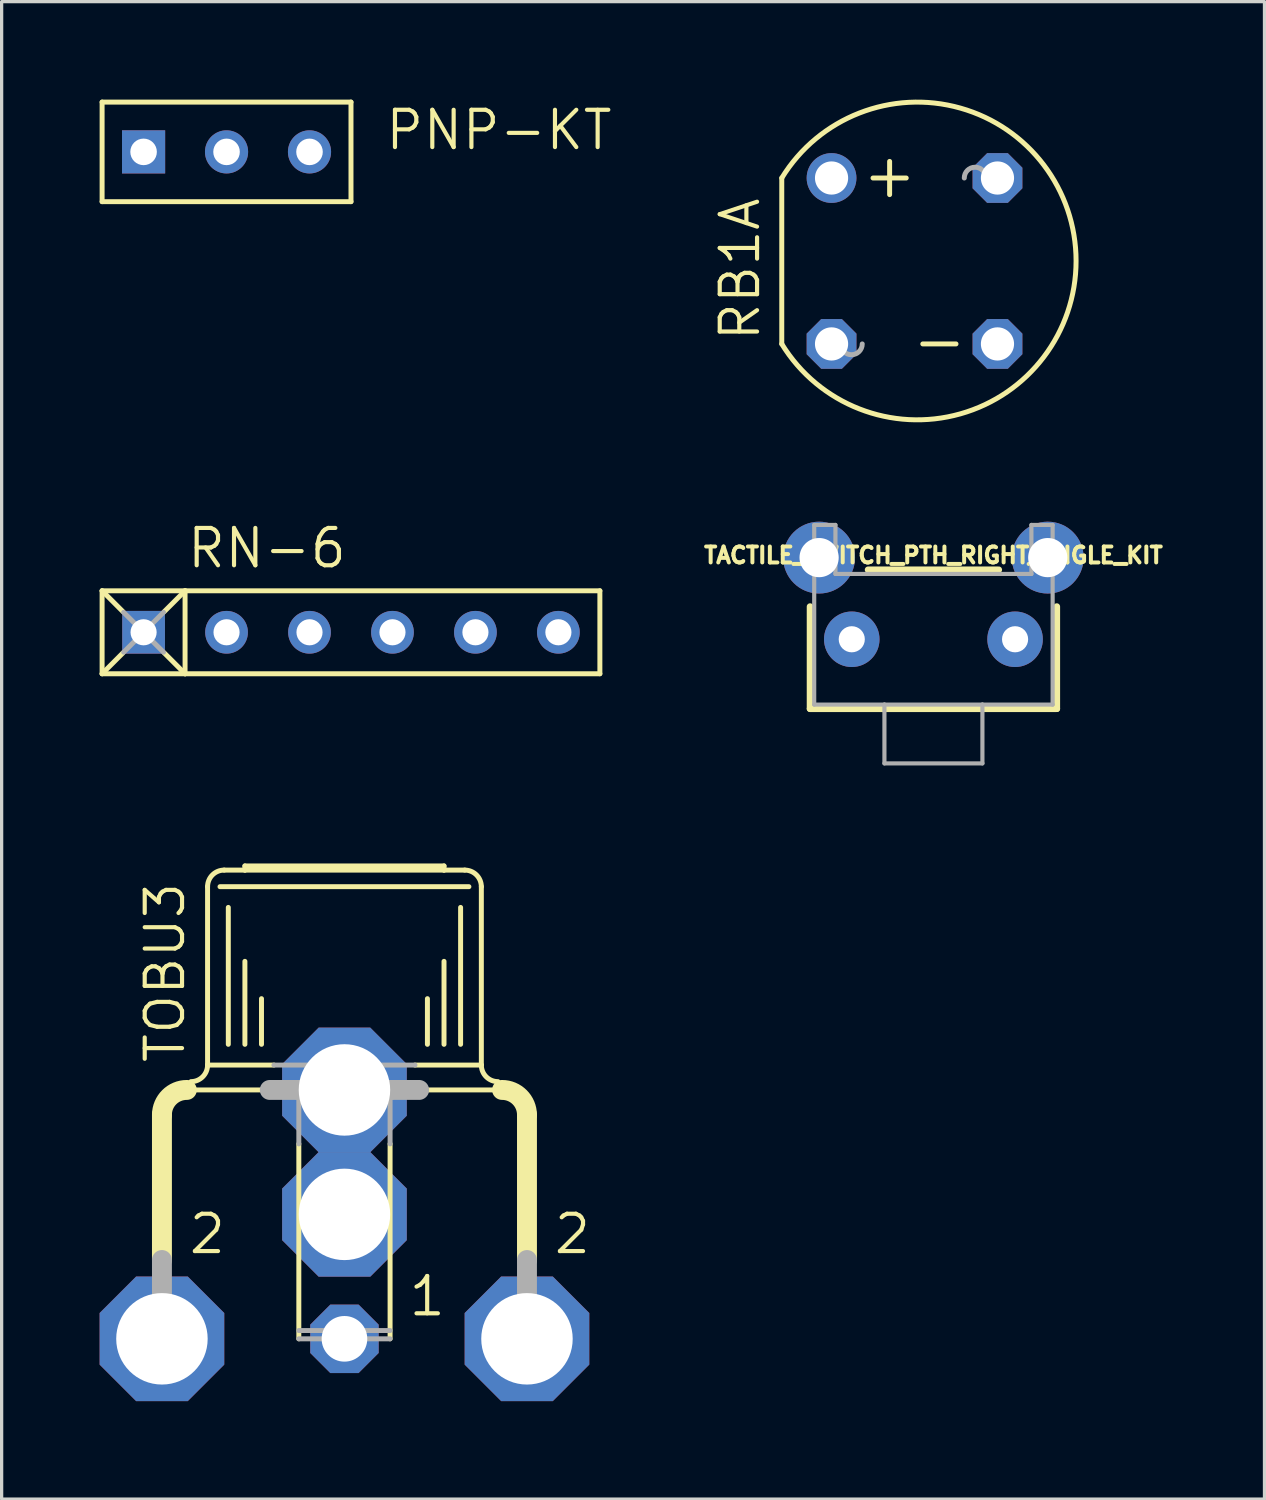
<source format=kicad_pcb>
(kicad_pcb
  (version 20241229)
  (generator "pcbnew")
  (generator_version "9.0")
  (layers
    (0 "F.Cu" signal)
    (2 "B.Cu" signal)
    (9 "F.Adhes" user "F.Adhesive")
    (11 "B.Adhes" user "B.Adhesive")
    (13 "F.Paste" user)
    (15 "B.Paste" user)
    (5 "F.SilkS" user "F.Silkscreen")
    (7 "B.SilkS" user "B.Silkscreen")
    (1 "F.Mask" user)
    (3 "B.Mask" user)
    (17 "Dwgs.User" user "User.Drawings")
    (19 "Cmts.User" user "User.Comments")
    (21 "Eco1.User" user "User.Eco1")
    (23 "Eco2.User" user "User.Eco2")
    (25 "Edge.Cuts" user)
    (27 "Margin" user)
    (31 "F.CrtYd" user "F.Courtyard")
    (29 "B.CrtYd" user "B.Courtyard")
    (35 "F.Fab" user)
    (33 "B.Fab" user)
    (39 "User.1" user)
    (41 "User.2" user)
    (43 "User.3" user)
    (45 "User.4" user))
  (footprint "TOBU3"
    (layer "F.Cu")
    (at 7.496 35.4)
    (property "Reference" "TOBU3" (at -4.826 -5.842 90) (layer "F.SilkS") (effects (font (size 1.143 1.143) (thickness 0.127)) (justify left bottom)))
    (fp_line (start -5.588 0.127) (end -5.588 -4.318) (stroke (width 0.61) (type solid)) (layer "F.SilkS"))
    (fp_line (start -4.826 -5.08) (end -2.286 -5.08) (stroke (width 0.152) (type solid)) (layer "F.SilkS"))
    (fp_line (start -4.191 -5.842) (end -4.191 -11.303) (stroke (width 0.152) (type solid)) (layer "F.SilkS"))
    (fp_line (start -3.81 -11.303) (end 3.81 -11.303) (stroke (width 0.152) (type solid)) (layer "F.SilkS"))
    (fp_line (start -3.683 -11.811) (end -3.048 -11.811) (stroke (width 0.152) (type solid)) (layer "F.SilkS"))
    (fp_line (start -3.556 -6.477) (end -3.556 -10.668) (stroke (width 0.152) (type solid)) (layer "F.SilkS"))
    (fp_line (start -3.048 -11.938) (end 3.048 -11.938) (stroke (width 0.152) (type solid)) (layer "F.SilkS"))
    (fp_line (start -3.048 -11.811) (end -3.048 -11.938) (stroke (width 0.152) (type solid)) (layer "F.SilkS"))
    (fp_line (start -3.048 -11.811) (end 3.048 -11.811) (stroke (width 0.152) (type solid)) (layer "F.SilkS"))
    (fp_line (start -3.048 -6.477) (end -3.048 -9.017) (stroke (width 0.152) (type solid)) (layer "F.SilkS"))
    (fp_line (start -2.54 -6.477) (end -2.54 -7.874) (stroke (width 0.152) (type solid)) (layer "F.SilkS"))
    (fp_line (start -2.159 -5.842) (end -4.191 -5.842) (stroke (width 0.152) (type solid)) (layer "F.SilkS"))
    (fp_line (start -1.397 2.54) (end -1.397 -3.429) (stroke (width 0.152) (type solid)) (layer "F.SilkS"))
    (fp_line (start 1.397 2.54) (end 1.397 -3.429) (stroke (width 0.152) (type solid)) (layer "F.SilkS"))
    (fp_line (start 2.286 -5.08) (end 4.826 -5.08) (stroke (width 0.152) (type solid)) (layer "F.SilkS"))
    (fp_line (start 2.54 -6.477) (end 2.54 -7.874) (stroke (width 0.152) (type solid)) (layer "F.SilkS"))
    (fp_line (start 3.048 -11.938) (end 3.048 -11.811) (stroke (width 0.152) (type solid)) (layer "F.SilkS"))
    (fp_line (start 3.048 -11.811) (end 3.683 -11.811) (stroke (width 0.152) (type solid)) (layer "F.SilkS"))
    (fp_line (start 3.048 -6.477) (end 3.048 -9.017) (stroke (width 0.152) (type solid)) (layer "F.SilkS"))
    (fp_line (start 3.556 -6.477) (end 3.556 -10.668) (stroke (width 0.152) (type solid)) (layer "F.SilkS"))
    (fp_line (start 4.191 -11.303) (end 4.191 -5.842) (stroke (width 0.152) (type solid)) (layer "F.SilkS"))
    (fp_line (start 4.191 -5.842) (end 2.159 -5.842) (stroke (width 0.152) (type solid)) (layer "F.SilkS"))
    (fp_line (start 5.588 -4.318) (end 5.588 0.127) (stroke (width 0.61) (type solid)) (layer "F.SilkS"))
    (fp_arc (start -5.588 -4.318) (mid -5.364815 -4.856815) (end -4.826 -5.08) (stroke (width 0.6096) (type solid)) (layer "F.SilkS"))
    (fp_arc (start -4.191 -11.303) (mid -4.04221 -11.66221) (end -3.683 -11.811) (stroke (width 0.1524) (type solid)) (layer "F.SilkS"))
    (fp_arc (start -4.191 -5.842) (mid -4.33979 -5.48279) (end -4.699 -5.334) (stroke (width 0.1524) (type solid)) (layer "F.SilkS"))
    (fp_arc (start 3.683 -11.811) (mid 4.04221 -11.66221) (end 4.191 -11.303) (stroke (width 0.1524) (type solid)) (layer "F.SilkS"))
    (fp_arc (start 4.699 -5.334) (mid 4.33979 -5.48279) (end 4.191 -5.842) (stroke (width 0.1524) (type solid)) (layer "F.SilkS"))
    (fp_arc (start 4.826 -5.08) (mid 5.364815 -4.856815) (end 5.588 -4.318) (stroke (width 0.6096) (type solid)) (layer "F.SilkS"))
    (fp_line (start -5.588 0.127) (end -5.588 3.302) (stroke (width 0.61) (type solid)) (layer "F.Fab"))
    (fp_line (start -1.397 -5.08) (end -2.286 -5.08) (stroke (width 0.61) (type solid)) (layer "F.Fab"))
    (fp_line (start -1.397 -5.08) (end 1.397 -5.08) (stroke (width 0.61) (type solid)) (layer "F.Fab"))
    (fp_line (start -1.397 -3.429) (end -1.397 -5.08) (stroke (width 0.152) (type solid)) (layer "F.Fab"))
    (fp_line (start 1.397 -5.08) (end 2.286 -5.08) (stroke (width 0.61) (type solid)) (layer "F.Fab"))
    (fp_line (start 1.397 -3.429) (end 1.397 -5.08) (stroke (width 0.152) (type solid)) (layer "F.Fab"))
    (fp_line (start 1.397 2.286) (end -1.397 2.286) (stroke (width 0.152) (type solid)) (layer "F.Fab"))
    (fp_line (start 1.397 2.54) (end -1.397 2.54) (stroke (width 0.152) (type solid)) (layer "F.Fab"))
    (fp_line (start 2.159 -5.842) (end -2.159 -5.842) (stroke (width 0.152) (type solid)) (layer "F.Fab"))
    (fp_line (start 5.588 0.127) (end 5.588 3.302) (stroke (width 0.61) (type solid)) (layer "F.Fab"))
    (fp_text user "2" (at 6.35 0 0) (layer "F.SilkS") (effects (font (size 1.143 1.143) (thickness 0.127)) (justify left bottom)))
    (fp_text user "1" (at 1.905 1.905 0) (layer "F.SilkS") (effects (font (size 1.143 1.143) (thickness 0.127)) (justify left bottom)))
    (fp_text user "2 " (at -4.826 0 0) (layer "F.SilkS") (effects (font (size 1.143 1.143) (thickness 0.127)) (justify left bottom)))
    (pad "1" thru_hole roundrect (at 0 2.54) (size 2.095 2.095) (drill 1.397) (layers "*.Cu" "*.Mask") (roundrect_rratio 0.25) (chamfer_ratio 0.293) (chamfer top_left top_right bottom_left bottom_right))
    (pad "2" thru_hole roundrect (at 5.588 2.54) (size 3.816 3.816) (drill 2.8) (layers "*.Cu" "*.Mask") (roundrect_rratio 0.25) (chamfer_ratio 0.293) (chamfer top_left top_right bottom_left bottom_right))
    (pad "2@1" thru_hole roundrect (at -5.588 2.54) (size 3.816 3.816) (drill 2.8) (layers "*.Cu" "*.Mask") (roundrect_rratio 0.25) (chamfer_ratio 0.293) (chamfer top_left top_right bottom_left bottom_right))
    (pad "2@2" thru_hole roundrect (at 0 -5.08) (size 3.816 3.816) (drill 2.8) (layers "*.Cu" "*.Mask") (roundrect_rratio 0.25) (chamfer_ratio 0.293) (chamfer top_left top_right bottom_left bottom_right))
    (pad "2@3" thru_hole roundrect (at 0 -1.27) (size 3.816 3.816) (drill 2.8) (layers "*.Cu" "*.Mask") (roundrect_rratio 0.25) (chamfer_ratio 0.293) (chamfer top_left top_right bottom_left bottom_right)))
  (footprint "RB1A"
    (layer "F.Cu")
    (at 24.949 4.94)
    (property "Reference" "RB1A" (at -4.674 2.515 90) (layer "F.SilkS") (effects (font (size 1.143 1.143) (thickness 0.127)) (justify left bottom)))
    (fp_line (start -4.064 2.54) (end -4.064 -2.54) (stroke (width 0.152) (type solid)) (layer "F.SilkS"))
    (fp_line (start -1.27 -2.54) (end -0.254 -2.54) (stroke (width 0.152) (type solid)) (layer "F.SilkS"))
    (fp_line (start -0.762 -2.032) (end -0.762 -3.048) (stroke (width 0.152) (type solid)) (layer "F.SilkS"))
    (fp_line (start 0.254 2.54) (end 1.27 2.54) (stroke (width 0.152) (type solid)) (layer "F.SilkS"))
    (fp_arc (start -4.064 -2.54) (mid 4.946601 0) (end -4.064 2.54) (stroke (width 0.1524) (type solid)) (layer "F.SilkS"))
    (fp_arc (start -2.921 2.54) (mid -2.5908 2.2098) (end -2.2606 2.54) (stroke (width 0.1524) (type solid)) (layer "F.Fab"))
    (fp_arc (start -1.6002 2.54) (mid -1.9304 2.8702) (end -2.2606 2.54) (stroke (width 0.1524) (type solid)) (layer "F.Fab"))
    (fp_arc (start 1.524 -2.54) (mid 1.8542 -2.8702) (end 2.1844 -2.54) (stroke (width 0.1524) (type solid)) (layer "F.Fab"))
    (fp_arc (start 2.8448 -2.54) (mid 2.5146 -2.2098) (end 2.1844 -2.54) (stroke (width 0.1524) (type solid)) (layer "F.Fab"))
    (pad "+" thru_hole circle (at -2.54 -2.54) (size 1.524 1.524) (drill 1.016) (layers "*.Cu" "*.Mask"))
    (pad "-" thru_hole roundrect (at 2.54 2.54) (size 1.524 1.524) (drill 1.016) (layers "*.Cu" "*.Mask") (roundrect_rratio 0.25) (chamfer_ratio 0.293) (chamfer top_left top_right bottom_left bottom_right))
    (pad "AC1" thru_hole roundrect (at 2.54 -2.54) (size 1.524 1.524) (drill 1.016) (layers "*.Cu" "*.Mask") (roundrect_rratio 0.25) (chamfer_ratio 0.293) (chamfer top_left top_right bottom_left bottom_right))
    (pad "AC2" thru_hole roundrect (at -2.54 2.54) (size 1.524 1.524) (drill 1.016) (layers "*.Cu" "*.Mask") (roundrect_rratio 0.25) (chamfer_ratio 0.293) (chamfer top_left top_right bottom_left bottom_right))
    (zone (net_name "") (layers "F.Cu" "B.Cu") (hatch edge 0.5) (connect_pads) (min_thickness 0.25) (filled_areas_thickness no) (keepout (tracks allowed) (vias not_allowed) (pads allowed) (copperpour allowed) (footprints allowed)) (placement (enabled no)) (fill) (polygon (pts (xy 20.504 9.385) (xy 29.394 9.385) (xy 29.394 0.495) (xy 20.504 0.495)))))
  (footprint "RN-6"
    (layer "F.Cu")
    (at 7.696 16.308)
    (property "Reference" "RN-6" (at -5.08 -1.905 0) (layer "F.SilkS") (effects (font (size 1.143 1.143) (thickness 0.127)) (justify left bottom)))
    (fp_line (start -7.62 -1.27) (end -7.62 1.27) (stroke (width 0.152) (type solid)) (layer "F.SilkS"))
    (fp_line (start -7.62 -1.27) (end -6.985 -0.635) (stroke (width 0.152) (type solid)) (layer "F.SilkS"))
    (fp_line (start -7.62 1.27) (end -6.985 0.635) (stroke (width 0.152) (type solid)) (layer "F.SilkS"))
    (fp_line (start -7.62 1.27) (end -5.08 1.27) (stroke (width 0.152) (type solid)) (layer "F.SilkS"))
    (fp_line (start -5.08 -1.27) (end -7.62 -1.27) (stroke (width 0.152) (type solid)) (layer "F.SilkS"))
    (fp_line (start -5.08 -1.27) (end -5.715 -0.635) (stroke (width 0.152) (type solid)) (layer "F.SilkS"))
    (fp_line (start -5.08 -1.27) (end -5.08 1.27) (stroke (width 0.152) (type solid)) (layer "F.SilkS"))
    (fp_line (start -5.08 1.27) (end -5.715 0.635) (stroke (width 0.152) (type solid)) (layer "F.SilkS"))
    (fp_line (start -5.08 1.27) (end 7.62 1.27) (stroke (width 0.152) (type solid)) (layer "F.SilkS"))
    (fp_line (start 7.62 -1.27) (end -5.08 -1.27) (stroke (width 0.152) (type solid)) (layer "F.SilkS"))
    (fp_line (start 7.62 1.27) (end 7.62 -1.27) (stroke (width 0.152) (type solid)) (layer "F.SilkS"))
    (fp_line (start -6.96 -0.61) (end -5.74 0.61) (stroke (width 0.152) (type solid)) (layer "F.Fab"))
    (fp_line (start -6.96 0.61) (end -5.74 -0.61) (stroke (width 0.152) (type solid)) (layer "F.Fab"))
    (pad "1" thru_hole rect (at -6.35 0 90) (size 1.308 1.308) (drill 0.8) (layers "*.Cu" "*.Mask"))
    (pad "2" thru_hole circle (at -3.81 0 90) (size 1.308 1.308) (drill 0.8) (layers "*.Cu" "*.Mask"))
    (pad "3" thru_hole circle (at -1.27 0 90) (size 1.308 1.308) (drill 0.8) (layers "*.Cu" "*.Mask"))
    (pad "4" thru_hole circle (at 1.27 0 90) (size 1.308 1.308) (drill 0.8) (layers "*.Cu" "*.Mask"))
    (pad "5" thru_hole circle (at 3.81 0 90) (size 1.308 1.308) (drill 0.8) (layers "*.Cu" "*.Mask"))
    (pad "6" thru_hole circle (at 6.35 0 90) (size 1.308 1.308) (drill 0.8) (layers "*.Cu" "*.Mask")))
  (footprint "TACTILE_SWITCH_PTH_RIGHT_ANGLE_KIT"
    (layer "F.Cu")
    (at 25.528 16.522)
    (property "Reference" "TACTILE_SWITCH_PTH_RIGHT_ANGLE_KIT" (at 0 -2.286 0) (layer "F.SilkS") (effects (font (size 0.488 0.488) (thickness 0.122)) (justify bottom)))
    (fp_circle (center -3.5 -2.5) (end -3.183 -2.5) (stroke (width 0.635) (type solid)) (fill yes) (layer "F.Mask"))
    (fp_circle (center -2.5 0) (end -2.278 0) (stroke (width 0.445) (type solid)) (fill yes) (layer "F.Mask"))
    (fp_circle (center 2.5 0) (end 2.722 0) (stroke (width 0.445) (type solid)) (fill yes) (layer "F.Mask"))
    (fp_circle (center 3.5 -2.5) (end 3.817 -2.5) (stroke (width 0.635) (type solid)) (fill yes) (layer "F.Mask"))
    (fp_circle (center -3.5 -2.5) (end -2.929 -2.5) (stroke (width 1.143) (type solid)) (fill yes) (layer "B.Mask"))
    (fp_circle (center -2.5 0) (end -2.055 0) (stroke (width 0.889) (type solid)) (fill yes) (layer "B.Mask"))
    (fp_circle (center 2.5 0) (end 2.945 0) (stroke (width 0.889) (type solid)) (fill yes) (layer "B.Mask"))
    (fp_circle (center 3.5 -2.5) (end 4.072 -2.5) (stroke (width 1.143) (type solid)) (fill yes) (layer "B.Mask"))
    (fp_line (start -3.777 -1) (end -3.777 2.127) (stroke (width 0.203) (type solid)) (layer "F.SilkS"))
    (fp_line (start -3.777 2.127) (end 3.777 2.127) (stroke (width 0.203) (type solid)) (layer "F.SilkS"))
    (fp_line (start 2 -2.127) (end -2 -2.127) (stroke (width 0.203) (type solid)) (layer "F.SilkS"))
    (fp_line (start 3.777 2.127) (end 3.777 -1) (stroke (width 0.203) (type solid)) (layer "F.SilkS"))
    (fp_line (start -3.65 -3.5) (end -3 -3.5) (stroke (width 0.127) (type solid)) (layer "F.Fab"))
    (fp_line (start -3.65 2) (end -3.65 -3.5) (stroke (width 0.127) (type solid)) (layer "F.Fab"))
    (fp_line (start -3.65 2) (end -1.5 2) (stroke (width 0.127) (type solid)) (layer "F.Fab"))
    (fp_line (start -3 -2) (end -3 -3.5) (stroke (width 0.127) (type solid)) (layer "F.Fab"))
    (fp_line (start -3 -2) (end 3 -2) (stroke (width 0.127) (type solid)) (layer "F.Fab"))
    (fp_line (start -1.5 2) (end -1.5 3.8) (stroke (width 0.127) (type solid)) (layer "F.Fab"))
    (fp_line (start -1.5 2) (end 1.5 2) (stroke (width 0.127) (type solid)) (layer "F.Fab"))
    (fp_line (start 1.5 2) (end 1.5 3.8) (stroke (width 0.127) (type solid)) (layer "F.Fab"))
    (fp_line (start 1.5 2) (end 3.65 2) (stroke (width 0.127) (type solid)) (layer "F.Fab"))
    (fp_line (start 1.5 3.8) (end -1.5 3.8) (stroke (width 0.127) (type solid)) (layer "F.Fab"))
    (fp_line (start 3 -3.5) (end 3.65 -3.5) (stroke (width 0.127) (type solid)) (layer "F.Fab"))
    (fp_line (start 3 -2) (end 3 -3.5) (stroke (width 0.127) (type solid)) (layer "F.Fab"))
    (fp_line (start 3.65 -3.5) (end 3.65 2) (stroke (width 0.127) (type solid)) (layer "F.Fab"))
    (pad "1" thru_hole circle (at -2.5 0) (size 1.7 1.7) (drill 0.8) (layers "*.Cu"))
    (pad "2" thru_hole circle (at 2.5 0) (size 1.7 1.7) (drill 0.8) (layers "*.Cu"))
    (pad "ANCHOR1" thru_hole circle (at -3.5 -2.5) (size 2.2 2.2) (drill 1.2) (layers "*.Cu"))
    (pad "ANCHOR2" thru_hole circle (at 3.5 -2.5) (size 2.2 2.2) (drill 1.2) (layers "*.Cu")))
  (footprint "PNP-KT"
    (layer "F.Cu")
    (at 3.886 1.6)
    (property "Reference" "PNP-KT" (at 4.801 0 0) (layer "F.SilkS") (effects (font (size 1.143 1.143) (thickness 0.127)) (justify left bottom)))
    (fp_line (start -3.81 1.524) (end -3.81 -1.524) (stroke (width 0.152) (type solid)) (layer "F.SilkS"))
    (fp_line (start -3.81 1.524) (end 3.81 1.524) (stroke (width 0.152) (type solid)) (layer "F.SilkS"))
    (fp_line (start 3.81 -1.524) (end -3.81 -1.524) (stroke (width 0.152) (type solid)) (layer "F.SilkS"))
    (fp_line (start 3.81 1.524) (end 3.81 -1.524) (stroke (width 0.152) (type solid)) (layer "F.SilkS"))
    (pad "B" thru_hole circle (at 2.54 0 90) (size 1.321 1.321) (drill 0.813) (layers "*.Cu" "*.Mask"))
    (pad "C" thru_hole circle (at 0 0 90) (size 1.321 1.321) (drill 0.813) (layers "*.Cu" "*.Mask"))
    (pad "E" thru_hole rect (at -2.54 0 90) (size 1.321 1.321) (drill 0.813) (layers "*.Cu" "*.Mask")))
  (gr_rect
    (start -3 -3)
    (end 35.664 42.848)
    (stroke (width 0.1) (type default))
    (fill no)
    (layer "Edge.Cuts")))
</source>
